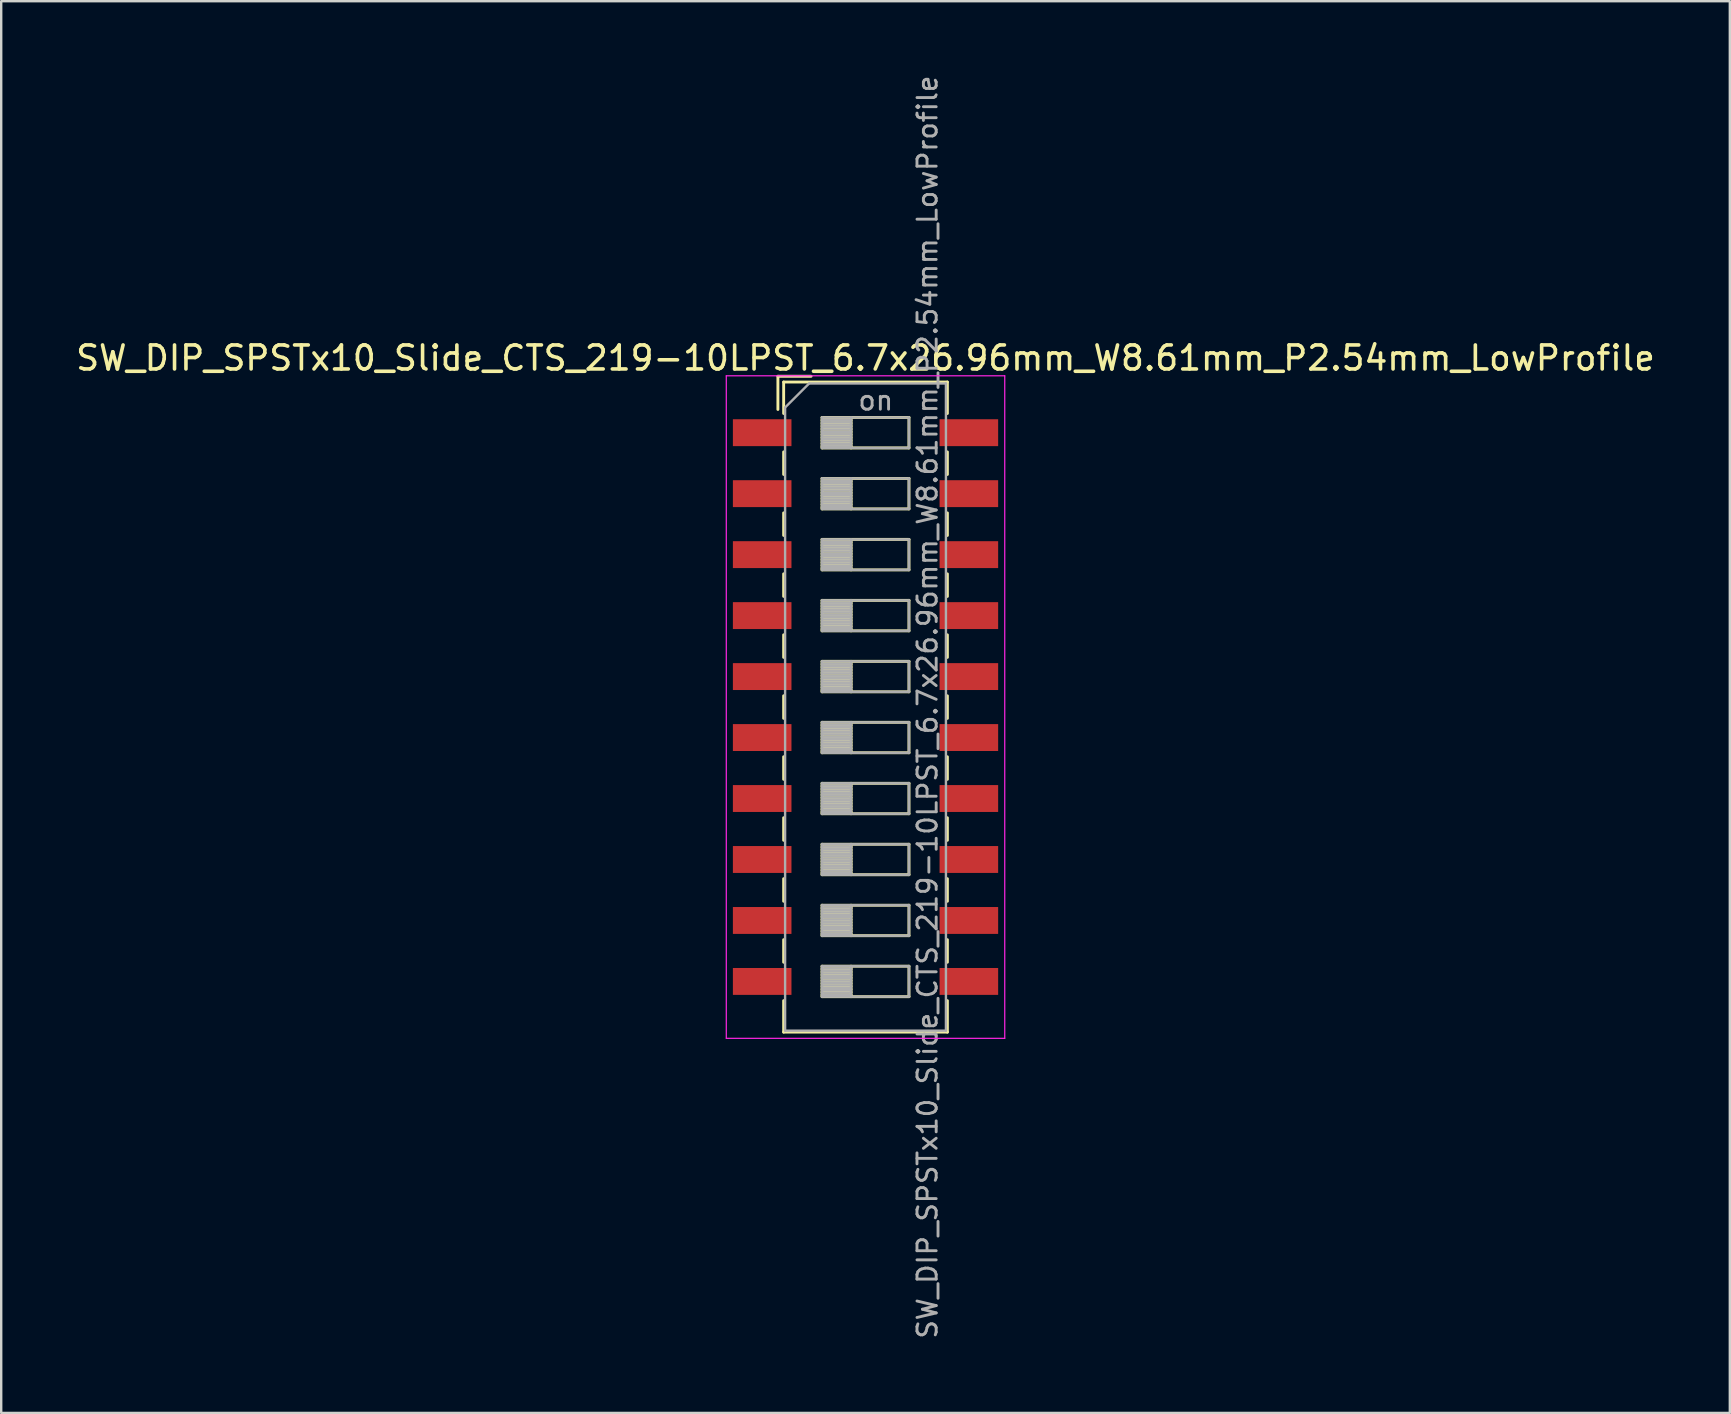
<source format=kicad_pcb>
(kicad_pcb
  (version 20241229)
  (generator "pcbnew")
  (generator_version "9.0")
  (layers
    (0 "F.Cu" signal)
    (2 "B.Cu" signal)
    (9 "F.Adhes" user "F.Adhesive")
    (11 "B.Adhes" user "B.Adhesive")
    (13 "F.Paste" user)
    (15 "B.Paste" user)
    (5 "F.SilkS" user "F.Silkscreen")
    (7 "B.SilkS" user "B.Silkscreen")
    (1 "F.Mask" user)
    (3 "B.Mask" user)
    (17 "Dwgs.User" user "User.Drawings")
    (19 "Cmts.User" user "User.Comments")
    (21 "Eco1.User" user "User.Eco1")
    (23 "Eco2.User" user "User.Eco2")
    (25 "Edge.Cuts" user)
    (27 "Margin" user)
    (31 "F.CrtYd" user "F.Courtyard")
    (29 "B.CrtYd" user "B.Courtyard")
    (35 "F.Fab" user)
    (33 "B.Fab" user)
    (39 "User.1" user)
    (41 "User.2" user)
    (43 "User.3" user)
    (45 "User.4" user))
  (footprint "SW_DIP_SPSTx10_Slide_CTS_219-10LPST_6.7x26.96mm_W8.61mm_P2.54mm_LowProfile"
    (layer "F.Cu")
    (at 33.006 26.405)
    (property "Reference" "SW_DIP_SPSTx10_Slide_CTS_219-10LPST_6.7x26.96mm_W8.61mm_P2.54mm_LowProfile" (at 0 -14.54 0) (layer "F.SilkS") (effects (font (size 1 1) (thickness 0.15))))
    (attr smd)
    (fp_line (start -3.65 -13.78) (end -3.65 -12.397) (stroke (width 0.12) (type solid)) (layer "F.SilkS"))
    (fp_line (start -3.65 -13.78) (end -2.267 -13.78) (stroke (width 0.12) (type solid)) (layer "F.SilkS"))
    (fp_line (start -3.41 -13.54) (end -3.41 -12.23) (stroke (width 0.12) (type solid)) (layer "F.SilkS"))
    (fp_line (start -3.41 -13.54) (end 3.41 -13.54) (stroke (width 0.12) (type solid)) (layer "F.SilkS"))
    (fp_line (start -3.41 -10.63) (end -3.41 -9.69) (stroke (width 0.12) (type solid)) (layer "F.SilkS"))
    (fp_line (start -3.41 -8.09) (end -3.41 -7.15) (stroke (width 0.12) (type solid)) (layer "F.SilkS"))
    (fp_line (start -3.41 -5.55) (end -3.41 -4.61) (stroke (width 0.12) (type solid)) (layer "F.SilkS"))
    (fp_line (start -3.41 -3.01) (end -3.41 -2.07) (stroke (width 0.12) (type solid)) (layer "F.SilkS"))
    (fp_line (start -3.41 -0.47) (end -3.41 0.47) (stroke (width 0.12) (type solid)) (layer "F.SilkS"))
    (fp_line (start -3.41 2.07) (end -3.41 3.01) (stroke (width 0.12) (type solid)) (layer "F.SilkS"))
    (fp_line (start -3.41 4.61) (end -3.41 5.55) (stroke (width 0.12) (type solid)) (layer "F.SilkS"))
    (fp_line (start -3.41 7.15) (end -3.41 8.09) (stroke (width 0.12) (type solid)) (layer "F.SilkS"))
    (fp_line (start -3.41 9.69) (end -3.41 10.63) (stroke (width 0.12) (type solid)) (layer "F.SilkS"))
    (fp_line (start -3.41 12.23) (end -3.41 13.541) (stroke (width 0.12) (type solid)) (layer "F.SilkS"))
    (fp_line (start -3.41 13.541) (end 3.41 13.541) (stroke (width 0.12) (type solid)) (layer "F.SilkS"))
    (fp_line (start -1.81 -12.065) (end -1.81 -10.795) (stroke (width 0.12) (type solid)) (layer "F.SilkS"))
    (fp_line (start -1.81 -11.945) (end -0.603 -11.945) (stroke (width 0.12) (type solid)) (layer "F.SilkS"))
    (fp_line (start -1.81 -11.825) (end -0.603 -11.825) (stroke (width 0.12) (type solid)) (layer "F.SilkS"))
    (fp_line (start -1.81 -11.705) (end -0.603 -11.705) (stroke (width 0.12) (type solid)) (layer "F.SilkS"))
    (fp_line (start -1.81 -11.585) (end -0.603 -11.585) (stroke (width 0.12) (type solid)) (layer "F.SilkS"))
    (fp_line (start -1.81 -11.465) (end -0.603 -11.465) (stroke (width 0.12) (type solid)) (layer "F.SilkS"))
    (fp_line (start -1.81 -11.345) (end -0.603 -11.345) (stroke (width 0.12) (type solid)) (layer "F.SilkS"))
    (fp_line (start -1.81 -11.225) (end -0.603 -11.225) (stroke (width 0.12) (type solid)) (layer "F.SilkS"))
    (fp_line (start -1.81 -11.105) (end -0.603 -11.105) (stroke (width 0.12) (type solid)) (layer "F.SilkS"))
    (fp_line (start -1.81 -10.985) (end -0.603 -10.985) (stroke (width 0.12) (type solid)) (layer "F.SilkS"))
    (fp_line (start -1.81 -10.865) (end -0.603 -10.865) (stroke (width 0.12) (type solid)) (layer "F.SilkS"))
    (fp_line (start -1.81 -10.795) (end 1.81 -10.795) (stroke (width 0.12) (type solid)) (layer "F.SilkS"))
    (fp_line (start -1.81 -9.525) (end -1.81 -8.255) (stroke (width 0.12) (type solid)) (layer "F.SilkS"))
    (fp_line (start -1.81 -9.405) (end -0.603 -9.405) (stroke (width 0.12) (type solid)) (layer "F.SilkS"))
    (fp_line (start -1.81 -9.285) (end -0.603 -9.285) (stroke (width 0.12) (type solid)) (layer "F.SilkS"))
    (fp_line (start -1.81 -9.165) (end -0.603 -9.165) (stroke (width 0.12) (type solid)) (layer "F.SilkS"))
    (fp_line (start -1.81 -9.045) (end -0.603 -9.045) (stroke (width 0.12) (type solid)) (layer "F.SilkS"))
    (fp_line (start -1.81 -8.925) (end -0.603 -8.925) (stroke (width 0.12) (type solid)) (layer "F.SilkS"))
    (fp_line (start -1.81 -8.805) (end -0.603 -8.805) (stroke (width 0.12) (type solid)) (layer "F.SilkS"))
    (fp_line (start -1.81 -8.685) (end -0.603 -8.685) (stroke (width 0.12) (type solid)) (layer "F.SilkS"))
    (fp_line (start -1.81 -8.565) (end -0.603 -8.565) (stroke (width 0.12) (type solid)) (layer "F.SilkS"))
    (fp_line (start -1.81 -8.445) (end -0.603 -8.445) (stroke (width 0.12) (type solid)) (layer "F.SilkS"))
    (fp_line (start -1.81 -8.325) (end -0.603 -8.325) (stroke (width 0.12) (type solid)) (layer "F.SilkS"))
    (fp_line (start -1.81 -8.255) (end 1.81 -8.255) (stroke (width 0.12) (type solid)) (layer "F.SilkS"))
    (fp_line (start -1.81 -6.985) (end -1.81 -5.715) (stroke (width 0.12) (type solid)) (layer "F.SilkS"))
    (fp_line (start -1.81 -6.865) (end -0.603 -6.865) (stroke (width 0.12) (type solid)) (layer "F.SilkS"))
    (fp_line (start -1.81 -6.745) (end -0.603 -6.745) (stroke (width 0.12) (type solid)) (layer "F.SilkS"))
    (fp_line (start -1.81 -6.625) (end -0.603 -6.625) (stroke (width 0.12) (type solid)) (layer "F.SilkS"))
    (fp_line (start -1.81 -6.505) (end -0.603 -6.505) (stroke (width 0.12) (type solid)) (layer "F.SilkS"))
    (fp_line (start -1.81 -6.385) (end -0.603 -6.385) (stroke (width 0.12) (type solid)) (layer "F.SilkS"))
    (fp_line (start -1.81 -6.265) (end -0.603 -6.265) (stroke (width 0.12) (type solid)) (layer "F.SilkS"))
    (fp_line (start -1.81 -6.145) (end -0.603 -6.145) (stroke (width 0.12) (type solid)) (layer "F.SilkS"))
    (fp_line (start -1.81 -6.025) (end -0.603 -6.025) (stroke (width 0.12) (type solid)) (layer "F.SilkS"))
    (fp_line (start -1.81 -5.905) (end -0.603 -5.905) (stroke (width 0.12) (type solid)) (layer "F.SilkS"))
    (fp_line (start -1.81 -5.785) (end -0.603 -5.785) (stroke (width 0.12) (type solid)) (layer "F.SilkS"))
    (fp_line (start -1.81 -5.715) (end 1.81 -5.715) (stroke (width 0.12) (type solid)) (layer "F.SilkS"))
    (fp_line (start -1.81 -4.445) (end -1.81 -3.175) (stroke (width 0.12) (type solid)) (layer "F.SilkS"))
    (fp_line (start -1.81 -4.325) (end -0.603 -4.325) (stroke (width 0.12) (type solid)) (layer "F.SilkS"))
    (fp_line (start -1.81 -4.205) (end -0.603 -4.205) (stroke (width 0.12) (type solid)) (layer "F.SilkS"))
    (fp_line (start -1.81 -4.085) (end -0.603 -4.085) (stroke (width 0.12) (type solid)) (layer "F.SilkS"))
    (fp_line (start -1.81 -3.965) (end -0.603 -3.965) (stroke (width 0.12) (type solid)) (layer "F.SilkS"))
    (fp_line (start -1.81 -3.845) (end -0.603 -3.845) (stroke (width 0.12) (type solid)) (layer "F.SilkS"))
    (fp_line (start -1.81 -3.725) (end -0.603 -3.725) (stroke (width 0.12) (type solid)) (layer "F.SilkS"))
    (fp_line (start -1.81 -3.605) (end -0.603 -3.605) (stroke (width 0.12) (type solid)) (layer "F.SilkS"))
    (fp_line (start -1.81 -3.485) (end -0.603 -3.485) (stroke (width 0.12) (type solid)) (layer "F.SilkS"))
    (fp_line (start -1.81 -3.365) (end -0.603 -3.365) (stroke (width 0.12) (type solid)) (layer "F.SilkS"))
    (fp_line (start -1.81 -3.245) (end -0.603 -3.245) (stroke (width 0.12) (type solid)) (layer "F.SilkS"))
    (fp_line (start -1.81 -3.175) (end 1.81 -3.175) (stroke (width 0.12) (type solid)) (layer "F.SilkS"))
    (fp_line (start -1.81 -1.905) (end -1.81 -0.635) (stroke (width 0.12) (type solid)) (layer "F.SilkS"))
    (fp_line (start -1.81 -1.785) (end -0.603 -1.785) (stroke (width 0.12) (type solid)) (layer "F.SilkS"))
    (fp_line (start -1.81 -1.665) (end -0.603 -1.665) (stroke (width 0.12) (type solid)) (layer "F.SilkS"))
    (fp_line (start -1.81 -1.545) (end -0.603 -1.545) (stroke (width 0.12) (type solid)) (layer "F.SilkS"))
    (fp_line (start -1.81 -1.425) (end -0.603 -1.425) (stroke (width 0.12) (type solid)) (layer "F.SilkS"))
    (fp_line (start -1.81 -1.305) (end -0.603 -1.305) (stroke (width 0.12) (type solid)) (layer "F.SilkS"))
    (fp_line (start -1.81 -1.185) (end -0.603 -1.185) (stroke (width 0.12) (type solid)) (layer "F.SilkS"))
    (fp_line (start -1.81 -1.065) (end -0.603 -1.065) (stroke (width 0.12) (type solid)) (layer "F.SilkS"))
    (fp_line (start -1.81 -0.945) (end -0.603 -0.945) (stroke (width 0.12) (type solid)) (layer "F.SilkS"))
    (fp_line (start -1.81 -0.825) (end -0.603 -0.825) (stroke (width 0.12) (type solid)) (layer "F.SilkS"))
    (fp_line (start -1.81 -0.705) (end -0.603 -0.705) (stroke (width 0.12) (type solid)) (layer "F.SilkS"))
    (fp_line (start -1.81 -0.635) (end 1.81 -0.635) (stroke (width 0.12) (type solid)) (layer "F.SilkS"))
    (fp_line (start -1.81 0.635) (end -1.81 1.905) (stroke (width 0.12) (type solid)) (layer "F.SilkS"))
    (fp_line (start -1.81 0.755) (end -0.603 0.755) (stroke (width 0.12) (type solid)) (layer "F.SilkS"))
    (fp_line (start -1.81 0.875) (end -0.603 0.875) (stroke (width 0.12) (type solid)) (layer "F.SilkS"))
    (fp_line (start -1.81 0.995) (end -0.603 0.995) (stroke (width 0.12) (type solid)) (layer "F.SilkS"))
    (fp_line (start -1.81 1.115) (end -0.603 1.115) (stroke (width 0.12) (type solid)) (layer "F.SilkS"))
    (fp_line (start -1.81 1.235) (end -0.603 1.235) (stroke (width 0.12) (type solid)) (layer "F.SilkS"))
    (fp_line (start -1.81 1.355) (end -0.603 1.355) (stroke (width 0.12) (type solid)) (layer "F.SilkS"))
    (fp_line (start -1.81 1.475) (end -0.603 1.475) (stroke (width 0.12) (type solid)) (layer "F.SilkS"))
    (fp_line (start -1.81 1.595) (end -0.603 1.595) (stroke (width 0.12) (type solid)) (layer "F.SilkS"))
    (fp_line (start -1.81 1.715) (end -0.603 1.715) (stroke (width 0.12) (type solid)) (layer "F.SilkS"))
    (fp_line (start -1.81 1.835) (end -0.603 1.835) (stroke (width 0.12) (type solid)) (layer "F.SilkS"))
    (fp_line (start -1.81 1.905) (end 1.81 1.905) (stroke (width 0.12) (type solid)) (layer "F.SilkS"))
    (fp_line (start -1.81 3.175) (end -1.81 4.445) (stroke (width 0.12) (type solid)) (layer "F.SilkS"))
    (fp_line (start -1.81 3.295) (end -0.603 3.295) (stroke (width 0.12) (type solid)) (layer "F.SilkS"))
    (fp_line (start -1.81 3.415) (end -0.603 3.415) (stroke (width 0.12) (type solid)) (layer "F.SilkS"))
    (fp_line (start -1.81 3.535) (end -0.603 3.535) (stroke (width 0.12) (type solid)) (layer "F.SilkS"))
    (fp_line (start -1.81 3.655) (end -0.603 3.655) (stroke (width 0.12) (type solid)) (layer "F.SilkS"))
    (fp_line (start -1.81 3.775) (end -0.603 3.775) (stroke (width 0.12) (type solid)) (layer "F.SilkS"))
    (fp_line (start -1.81 3.895) (end -0.603 3.895) (stroke (width 0.12) (type solid)) (layer "F.SilkS"))
    (fp_line (start -1.81 4.015) (end -0.603 4.015) (stroke (width 0.12) (type solid)) (layer "F.SilkS"))
    (fp_line (start -1.81 4.135) (end -0.603 4.135) (stroke (width 0.12) (type solid)) (layer "F.SilkS"))
    (fp_line (start -1.81 4.255) (end -0.603 4.255) (stroke (width 0.12) (type solid)) (layer "F.SilkS"))
    (fp_line (start -1.81 4.375) (end -0.603 4.375) (stroke (width 0.12) (type solid)) (layer "F.SilkS"))
    (fp_line (start -1.81 4.445) (end 1.81 4.445) (stroke (width 0.12) (type solid)) (layer "F.SilkS"))
    (fp_line (start -1.81 5.715) (end -1.81 6.985) (stroke (width 0.12) (type solid)) (layer "F.SilkS"))
    (fp_line (start -1.81 5.835) (end -0.603 5.835) (stroke (width 0.12) (type solid)) (layer "F.SilkS"))
    (fp_line (start -1.81 5.955) (end -0.603 5.955) (stroke (width 0.12) (type solid)) (layer "F.SilkS"))
    (fp_line (start -1.81 6.075) (end -0.603 6.075) (stroke (width 0.12) (type solid)) (layer "F.SilkS"))
    (fp_line (start -1.81 6.195) (end -0.603 6.195) (stroke (width 0.12) (type solid)) (layer "F.SilkS"))
    (fp_line (start -1.81 6.315) (end -0.603 6.315) (stroke (width 0.12) (type solid)) (layer "F.SilkS"))
    (fp_line (start -1.81 6.435) (end -0.603 6.435) (stroke (width 0.12) (type solid)) (layer "F.SilkS"))
    (fp_line (start -1.81 6.555) (end -0.603 6.555) (stroke (width 0.12) (type solid)) (layer "F.SilkS"))
    (fp_line (start -1.81 6.675) (end -0.603 6.675) (stroke (width 0.12) (type solid)) (layer "F.SilkS"))
    (fp_line (start -1.81 6.795) (end -0.603 6.795) (stroke (width 0.12) (type solid)) (layer "F.SilkS"))
    (fp_line (start -1.81 6.915) (end -0.603 6.915) (stroke (width 0.12) (type solid)) (layer "F.SilkS"))
    (fp_line (start -1.81 6.985) (end 1.81 6.985) (stroke (width 0.12) (type solid)) (layer "F.SilkS"))
    (fp_line (start -1.81 8.255) (end -1.81 9.525) (stroke (width 0.12) (type solid)) (layer "F.SilkS"))
    (fp_line (start -1.81 8.375) (end -0.603 8.375) (stroke (width 0.12) (type solid)) (layer "F.SilkS"))
    (fp_line (start -1.81 8.495) (end -0.603 8.495) (stroke (width 0.12) (type solid)) (layer "F.SilkS"))
    (fp_line (start -1.81 8.615) (end -0.603 8.615) (stroke (width 0.12) (type solid)) (layer "F.SilkS"))
    (fp_line (start -1.81 8.735) (end -0.603 8.735) (stroke (width 0.12) (type solid)) (layer "F.SilkS"))
    (fp_line (start -1.81 8.855) (end -0.603 8.855) (stroke (width 0.12) (type solid)) (layer "F.SilkS"))
    (fp_line (start -1.81 8.975) (end -0.603 8.975) (stroke (width 0.12) (type solid)) (layer "F.SilkS"))
    (fp_line (start -1.81 9.095) (end -0.603 9.095) (stroke (width 0.12) (type solid)) (layer "F.SilkS"))
    (fp_line (start -1.81 9.215) (end -0.603 9.215) (stroke (width 0.12) (type solid)) (layer "F.SilkS"))
    (fp_line (start -1.81 9.335) (end -0.603 9.335) (stroke (width 0.12) (type solid)) (layer "F.SilkS"))
    (fp_line (start -1.81 9.455) (end -0.603 9.455) (stroke (width 0.12) (type solid)) (layer "F.SilkS"))
    (fp_line (start -1.81 9.525) (end 1.81 9.525) (stroke (width 0.12) (type solid)) (layer "F.SilkS"))
    (fp_line (start -1.81 10.795) (end -1.81 12.065) (stroke (width 0.12) (type solid)) (layer "F.SilkS"))
    (fp_line (start -1.81 10.915) (end -0.603 10.915) (stroke (width 0.12) (type solid)) (layer "F.SilkS"))
    (fp_line (start -1.81 11.035) (end -0.603 11.035) (stroke (width 0.12) (type solid)) (layer "F.SilkS"))
    (fp_line (start -1.81 11.155) (end -0.603 11.155) (stroke (width 0.12) (type solid)) (layer "F.SilkS"))
    (fp_line (start -1.81 11.275) (end -0.603 11.275) (stroke (width 0.12) (type solid)) (layer "F.SilkS"))
    (fp_line (start -1.81 11.395) (end -0.603 11.395) (stroke (width 0.12) (type solid)) (layer "F.SilkS"))
    (fp_line (start -1.81 11.515) (end -0.603 11.515) (stroke (width 0.12) (type solid)) (layer "F.SilkS"))
    (fp_line (start -1.81 11.635) (end -0.603 11.635) (stroke (width 0.12) (type solid)) (layer "F.SilkS"))
    (fp_line (start -1.81 11.755) (end -0.603 11.755) (stroke (width 0.12) (type solid)) (layer "F.SilkS"))
    (fp_line (start -1.81 11.875) (end -0.603 11.875) (stroke (width 0.12) (type solid)) (layer "F.SilkS"))
    (fp_line (start -1.81 11.995) (end -0.603 11.995) (stroke (width 0.12) (type solid)) (layer "F.SilkS"))
    (fp_line (start -1.81 12.065) (end 1.81 12.065) (stroke (width 0.12) (type solid)) (layer "F.SilkS"))
    (fp_line (start -0.603 -12.065) (end -0.603 -10.795) (stroke (width 0.12) (type solid)) (layer "F.SilkS"))
    (fp_line (start -0.603 -9.525) (end -0.603 -8.255) (stroke (width 0.12) (type solid)) (layer "F.SilkS"))
    (fp_line (start -0.603 -6.985) (end -0.603 -5.715) (stroke (width 0.12) (type solid)) (layer "F.SilkS"))
    (fp_line (start -0.603 -4.445) (end -0.603 -3.175) (stroke (width 0.12) (type solid)) (layer "F.SilkS"))
    (fp_line (start -0.603 -1.905) (end -0.603 -0.635) (stroke (width 0.12) (type solid)) (layer "F.SilkS"))
    (fp_line (start -0.603 0.635) (end -0.603 1.905) (stroke (width 0.12) (type solid)) (layer "F.SilkS"))
    (fp_line (start -0.603 3.175) (end -0.603 4.445) (stroke (width 0.12) (type solid)) (layer "F.SilkS"))
    (fp_line (start -0.603 5.715) (end -0.603 6.985) (stroke (width 0.12) (type solid)) (layer "F.SilkS"))
    (fp_line (start -0.603 8.255) (end -0.603 9.525) (stroke (width 0.12) (type solid)) (layer "F.SilkS"))
    (fp_line (start -0.603 10.795) (end -0.603 12.065) (stroke (width 0.12) (type solid)) (layer "F.SilkS"))
    (fp_line (start 1.81 -12.065) (end -1.81 -12.065) (stroke (width 0.12) (type solid)) (layer "F.SilkS"))
    (fp_line (start 1.81 -10.795) (end 1.81 -12.065) (stroke (width 0.12) (type solid)) (layer "F.SilkS"))
    (fp_line (start 1.81 -9.525) (end -1.81 -9.525) (stroke (width 0.12) (type solid)) (layer "F.SilkS"))
    (fp_line (start 1.81 -8.255) (end 1.81 -9.525) (stroke (width 0.12) (type solid)) (layer "F.SilkS"))
    (fp_line (start 1.81 -6.985) (end -1.81 -6.985) (stroke (width 0.12) (type solid)) (layer "F.SilkS"))
    (fp_line (start 1.81 -5.715) (end 1.81 -6.985) (stroke (width 0.12) (type solid)) (layer "F.SilkS"))
    (fp_line (start 1.81 -4.445) (end -1.81 -4.445) (stroke (width 0.12) (type solid)) (layer "F.SilkS"))
    (fp_line (start 1.81 -3.175) (end 1.81 -4.445) (stroke (width 0.12) (type solid)) (layer "F.SilkS"))
    (fp_line (start 1.81 -1.905) (end -1.81 -1.905) (stroke (width 0.12) (type solid)) (layer "F.SilkS"))
    (fp_line (start 1.81 -0.635) (end 1.81 -1.905) (stroke (width 0.12) (type solid)) (layer "F.SilkS"))
    (fp_line (start 1.81 0.635) (end -1.81 0.635) (stroke (width 0.12) (type solid)) (layer "F.SilkS"))
    (fp_line (start 1.81 1.905) (end 1.81 0.635) (stroke (width 0.12) (type solid)) (layer "F.SilkS"))
    (fp_line (start 1.81 3.175) (end -1.81 3.175) (stroke (width 0.12) (type solid)) (layer "F.SilkS"))
    (fp_line (start 1.81 4.445) (end 1.81 3.175) (stroke (width 0.12) (type solid)) (layer "F.SilkS"))
    (fp_line (start 1.81 5.715) (end -1.81 5.715) (stroke (width 0.12) (type solid)) (layer "F.SilkS"))
    (fp_line (start 1.81 6.985) (end 1.81 5.715) (stroke (width 0.12) (type solid)) (layer "F.SilkS"))
    (fp_line (start 1.81 8.255) (end -1.81 8.255) (stroke (width 0.12) (type solid)) (layer "F.SilkS"))
    (fp_line (start 1.81 9.525) (end 1.81 8.255) (stroke (width 0.12) (type solid)) (layer "F.SilkS"))
    (fp_line (start 1.81 10.795) (end -1.81 10.795) (stroke (width 0.12) (type solid)) (layer "F.SilkS"))
    (fp_line (start 1.81 12.065) (end 1.81 10.795) (stroke (width 0.12) (type solid)) (layer "F.SilkS"))
    (fp_line (start 3.41 -13.54) (end 3.41 -12.23) (stroke (width 0.12) (type solid)) (layer "F.SilkS"))
    (fp_line (start 3.41 -10.629) (end 3.41 -9.689) (stroke (width 0.12) (type solid)) (layer "F.SilkS"))
    (fp_line (start 3.41 -8.089) (end 3.41 -7.149) (stroke (width 0.12) (type solid)) (layer "F.SilkS"))
    (fp_line (start 3.41 -5.549) (end 3.41 -4.609) (stroke (width 0.12) (type solid)) (layer "F.SilkS"))
    (fp_line (start 3.41 -3.009) (end 3.41 -2.069) (stroke (width 0.12) (type solid)) (layer "F.SilkS"))
    (fp_line (start 3.41 -0.469) (end 3.41 0.471) (stroke (width 0.12) (type solid)) (layer "F.SilkS"))
    (fp_line (start 3.41 2.071) (end 3.41 3.011) (stroke (width 0.12) (type solid)) (layer "F.SilkS"))
    (fp_line (start 3.41 4.611) (end 3.41 5.55) (stroke (width 0.12) (type solid)) (layer "F.SilkS"))
    (fp_line (start 3.41 7.15) (end 3.41 8.09) (stroke (width 0.12) (type solid)) (layer "F.SilkS"))
    (fp_line (start 3.41 9.69) (end 3.41 10.63) (stroke (width 0.12) (type solid)) (layer "F.SilkS"))
    (fp_line (start 3.41 12.23) (end 3.41 13.541) (stroke (width 0.12) (type solid)) (layer "F.SilkS"))
    (fp_line (start -5.8 -13.8) (end -5.8 13.8) (stroke (width 0.05) (type solid)) (layer "F.CrtYd"))
    (fp_line (start -5.8 13.8) (end 5.8 13.8) (stroke (width 0.05) (type solid)) (layer "F.CrtYd"))
    (fp_line (start 5.8 -13.8) (end -5.8 -13.8) (stroke (width 0.05) (type solid)) (layer "F.CrtYd"))
    (fp_line (start 5.8 13.8) (end 5.8 -13.8) (stroke (width 0.05) (type solid)) (layer "F.CrtYd"))
    (fp_line (start -3.35 -12.48) (end -2.35 -13.48) (stroke (width 0.1) (type solid)) (layer "F.Fab"))
    (fp_line (start -3.35 13.48) (end -3.35 -12.48) (stroke (width 0.1) (type solid)) (layer "F.Fab"))
    (fp_line (start -2.35 -13.48) (end 3.35 -13.48) (stroke (width 0.1) (type solid)) (layer "F.Fab"))
    (fp_line (start -1.81 -12.065) (end -1.81 -10.795) (stroke (width 0.1) (type solid)) (layer "F.Fab"))
    (fp_line (start -1.81 -11.965) (end -0.603 -11.965) (stroke (width 0.1) (type solid)) (layer "F.Fab"))
    (fp_line (start -1.81 -11.865) (end -0.603 -11.865) (stroke (width 0.1) (type solid)) (layer "F.Fab"))
    (fp_line (start -1.81 -11.765) (end -0.603 -11.765) (stroke (width 0.1) (type solid)) (layer "F.Fab"))
    (fp_line (start -1.81 -11.665) (end -0.603 -11.665) (stroke (width 0.1) (type solid)) (layer "F.Fab"))
    (fp_line (start -1.81 -11.565) (end -0.603 -11.565) (stroke (width 0.1) (type solid)) (layer "F.Fab"))
    (fp_line (start -1.81 -11.465) (end -0.603 -11.465) (stroke (width 0.1) (type solid)) (layer "F.Fab"))
    (fp_line (start -1.81 -11.365) (end -0.603 -11.365) (stroke (width 0.1) (type solid)) (layer "F.Fab"))
    (fp_line (start -1.81 -11.265) (end -0.603 -11.265) (stroke (width 0.1) (type solid)) (layer "F.Fab"))
    (fp_line (start -1.81 -11.165) (end -0.603 -11.165) (stroke (width 0.1) (type solid)) (layer "F.Fab"))
    (fp_line (start -1.81 -11.065) (end -0.603 -11.065) (stroke (width 0.1) (type solid)) (layer "F.Fab"))
    (fp_line (start -1.81 -10.965) (end -0.603 -10.965) (stroke (width 0.1) (type solid)) (layer "F.Fab"))
    (fp_line (start -1.81 -10.865) (end -0.603 -10.865) (stroke (width 0.1) (type solid)) (layer "F.Fab"))
    (fp_line (start -1.81 -10.795) (end 1.81 -10.795) (stroke (width 0.1) (type solid)) (layer "F.Fab"))
    (fp_line (start -1.81 -9.525) (end -1.81 -8.255) (stroke (width 0.1) (type solid)) (layer "F.Fab"))
    (fp_line (start -1.81 -9.425) (end -0.603 -9.425) (stroke (width 0.1) (type solid)) (layer "F.Fab"))
    (fp_line (start -1.81 -9.325) (end -0.603 -9.325) (stroke (width 0.1) (type solid)) (layer "F.Fab"))
    (fp_line (start -1.81 -9.225) (end -0.603 -9.225) (stroke (width 0.1) (type solid)) (layer "F.Fab"))
    (fp_line (start -1.81 -9.125) (end -0.603 -9.125) (stroke (width 0.1) (type solid)) (layer "F.Fab"))
    (fp_line (start -1.81 -9.025) (end -0.603 -9.025) (stroke (width 0.1) (type solid)) (layer "F.Fab"))
    (fp_line (start -1.81 -8.925) (end -0.603 -8.925) (stroke (width 0.1) (type solid)) (layer "F.Fab"))
    (fp_line (start -1.81 -8.825) (end -0.603 -8.825) (stroke (width 0.1) (type solid)) (layer "F.Fab"))
    (fp_line (start -1.81 -8.725) (end -0.603 -8.725) (stroke (width 0.1) (type solid)) (layer "F.Fab"))
    (fp_line (start -1.81 -8.625) (end -0.603 -8.625) (stroke (width 0.1) (type solid)) (layer "F.Fab"))
    (fp_line (start -1.81 -8.525) (end -0.603 -8.525) (stroke (width 0.1) (type solid)) (layer "F.Fab"))
    (fp_line (start -1.81 -8.425) (end -0.603 -8.425) (stroke (width 0.1) (type solid)) (layer "F.Fab"))
    (fp_line (start -1.81 -8.325) (end -0.603 -8.325) (stroke (width 0.1) (type solid)) (layer "F.Fab"))
    (fp_line (start -1.81 -8.255) (end 1.81 -8.255) (stroke (width 0.1) (type solid)) (layer "F.Fab"))
    (fp_line (start -1.81 -6.985) (end -1.81 -5.715) (stroke (width 0.1) (type solid)) (layer "F.Fab"))
    (fp_line (start -1.81 -6.885) (end -0.603 -6.885) (stroke (width 0.1) (type solid)) (layer "F.Fab"))
    (fp_line (start -1.81 -6.785) (end -0.603 -6.785) (stroke (width 0.1) (type solid)) (layer "F.Fab"))
    (fp_line (start -1.81 -6.685) (end -0.603 -6.685) (stroke (width 0.1) (type solid)) (layer "F.Fab"))
    (fp_line (start -1.81 -6.585) (end -0.603 -6.585) (stroke (width 0.1) (type solid)) (layer "F.Fab"))
    (fp_line (start -1.81 -6.485) (end -0.603 -6.485) (stroke (width 0.1) (type solid)) (layer "F.Fab"))
    (fp_line (start -1.81 -6.385) (end -0.603 -6.385) (stroke (width 0.1) (type solid)) (layer "F.Fab"))
    (fp_line (start -1.81 -6.285) (end -0.603 -6.285) (stroke (width 0.1) (type solid)) (layer "F.Fab"))
    (fp_line (start -1.81 -6.185) (end -0.603 -6.185) (stroke (width 0.1) (type solid)) (layer "F.Fab"))
    (fp_line (start -1.81 -6.085) (end -0.603 -6.085) (stroke (width 0.1) (type solid)) (layer "F.Fab"))
    (fp_line (start -1.81 -5.985) (end -0.603 -5.985) (stroke (width 0.1) (type solid)) (layer "F.Fab"))
    (fp_line (start -1.81 -5.885) (end -0.603 -5.885) (stroke (width 0.1) (type solid)) (layer "F.Fab"))
    (fp_line (start -1.81 -5.785) (end -0.603 -5.785) (stroke (width 0.1) (type solid)) (layer "F.Fab"))
    (fp_line (start -1.81 -5.715) (end 1.81 -5.715) (stroke (width 0.1) (type solid)) (layer "F.Fab"))
    (fp_line (start -1.81 -4.445) (end -1.81 -3.175) (stroke (width 0.1) (type solid)) (layer "F.Fab"))
    (fp_line (start -1.81 -4.345) (end -0.603 -4.345) (stroke (width 0.1) (type solid)) (layer "F.Fab"))
    (fp_line (start -1.81 -4.245) (end -0.603 -4.245) (stroke (width 0.1) (type solid)) (layer "F.Fab"))
    (fp_line (start -1.81 -4.145) (end -0.603 -4.145) (stroke (width 0.1) (type solid)) (layer "F.Fab"))
    (fp_line (start -1.81 -4.045) (end -0.603 -4.045) (stroke (width 0.1) (type solid)) (layer "F.Fab"))
    (fp_line (start -1.81 -3.945) (end -0.603 -3.945) (stroke (width 0.1) (type solid)) (layer "F.Fab"))
    (fp_line (start -1.81 -3.845) (end -0.603 -3.845) (stroke (width 0.1) (type solid)) (layer "F.Fab"))
    (fp_line (start -1.81 -3.745) (end -0.603 -3.745) (stroke (width 0.1) (type solid)) (layer "F.Fab"))
    (fp_line (start -1.81 -3.645) (end -0.603 -3.645) (stroke (width 0.1) (type solid)) (layer "F.Fab"))
    (fp_line (start -1.81 -3.545) (end -0.603 -3.545) (stroke (width 0.1) (type solid)) (layer "F.Fab"))
    (fp_line (start -1.81 -3.445) (end -0.603 -3.445) (stroke (width 0.1) (type solid)) (layer "F.Fab"))
    (fp_line (start -1.81 -3.345) (end -0.603 -3.345) (stroke (width 0.1) (type solid)) (layer "F.Fab"))
    (fp_line (start -1.81 -3.245) (end -0.603 -3.245) (stroke (width 0.1) (type solid)) (layer "F.Fab"))
    (fp_line (start -1.81 -3.175) (end 1.81 -3.175) (stroke (width 0.1) (type solid)) (layer "F.Fab"))
    (fp_line (start -1.81 -1.905) (end -1.81 -0.635) (stroke (width 0.1) (type solid)) (layer "F.Fab"))
    (fp_line (start -1.81 -1.805) (end -0.603 -1.805) (stroke (width 0.1) (type solid)) (layer "F.Fab"))
    (fp_line (start -1.81 -1.705) (end -0.603 -1.705) (stroke (width 0.1) (type solid)) (layer "F.Fab"))
    (fp_line (start -1.81 -1.605) (end -0.603 -1.605) (stroke (width 0.1) (type solid)) (layer "F.Fab"))
    (fp_line (start -1.81 -1.505) (end -0.603 -1.505) (stroke (width 0.1) (type solid)) (layer "F.Fab"))
    (fp_line (start -1.81 -1.405) (end -0.603 -1.405) (stroke (width 0.1) (type solid)) (layer "F.Fab"))
    (fp_line (start -1.81 -1.305) (end -0.603 -1.305) (stroke (width 0.1) (type solid)) (layer "F.Fab"))
    (fp_line (start -1.81 -1.205) (end -0.603 -1.205) (stroke (width 0.1) (type solid)) (layer "F.Fab"))
    (fp_line (start -1.81 -1.105) (end -0.603 -1.105) (stroke (width 0.1) (type solid)) (layer "F.Fab"))
    (fp_line (start -1.81 -1.005) (end -0.603 -1.005) (stroke (width 0.1) (type solid)) (layer "F.Fab"))
    (fp_line (start -1.81 -0.905) (end -0.603 -0.905) (stroke (width 0.1) (type solid)) (layer "F.Fab"))
    (fp_line (start -1.81 -0.805) (end -0.603 -0.805) (stroke (width 0.1) (type solid)) (layer "F.Fab"))
    (fp_line (start -1.81 -0.705) (end -0.603 -0.705) (stroke (width 0.1) (type solid)) (layer "F.Fab"))
    (fp_line (start -1.81 -0.635) (end 1.81 -0.635) (stroke (width 0.1) (type solid)) (layer "F.Fab"))
    (fp_line (start -1.81 0.635) (end -1.81 1.905) (stroke (width 0.1) (type solid)) (layer "F.Fab"))
    (fp_line (start -1.81 0.735) (end -0.603 0.735) (stroke (width 0.1) (type solid)) (layer "F.Fab"))
    (fp_line (start -1.81 0.835) (end -0.603 0.835) (stroke (width 0.1) (type solid)) (layer "F.Fab"))
    (fp_line (start -1.81 0.935) (end -0.603 0.935) (stroke (width 0.1) (type solid)) (layer "F.Fab"))
    (fp_line (start -1.81 1.035) (end -0.603 1.035) (stroke (width 0.1) (type solid)) (layer "F.Fab"))
    (fp_line (start -1.81 1.135) (end -0.603 1.135) (stroke (width 0.1) (type solid)) (layer "F.Fab"))
    (fp_line (start -1.81 1.235) (end -0.603 1.235) (stroke (width 0.1) (type solid)) (layer "F.Fab"))
    (fp_line (start -1.81 1.335) (end -0.603 1.335) (stroke (width 0.1) (type solid)) (layer "F.Fab"))
    (fp_line (start -1.81 1.435) (end -0.603 1.435) (stroke (width 0.1) (type solid)) (layer "F.Fab"))
    (fp_line (start -1.81 1.535) (end -0.603 1.535) (stroke (width 0.1) (type solid)) (layer "F.Fab"))
    (fp_line (start -1.81 1.635) (end -0.603 1.635) (stroke (width 0.1) (type solid)) (layer "F.Fab"))
    (fp_line (start -1.81 1.735) (end -0.603 1.735) (stroke (width 0.1) (type solid)) (layer "F.Fab"))
    (fp_line (start -1.81 1.835) (end -0.603 1.835) (stroke (width 0.1) (type solid)) (layer "F.Fab"))
    (fp_line (start -1.81 1.905) (end 1.81 1.905) (stroke (width 0.1) (type solid)) (layer "F.Fab"))
    (fp_line (start -1.81 3.175) (end -1.81 4.445) (stroke (width 0.1) (type solid)) (layer "F.Fab"))
    (fp_line (start -1.81 3.275) (end -0.603 3.275) (stroke (width 0.1) (type solid)) (layer "F.Fab"))
    (fp_line (start -1.81 3.375) (end -0.603 3.375) (stroke (width 0.1) (type solid)) (layer "F.Fab"))
    (fp_line (start -1.81 3.475) (end -0.603 3.475) (stroke (width 0.1) (type solid)) (layer "F.Fab"))
    (fp_line (start -1.81 3.575) (end -0.603 3.575) (stroke (width 0.1) (type solid)) (layer "F.Fab"))
    (fp_line (start -1.81 3.675) (end -0.603 3.675) (stroke (width 0.1) (type solid)) (layer "F.Fab"))
    (fp_line (start -1.81 3.775) (end -0.603 3.775) (stroke (width 0.1) (type solid)) (layer "F.Fab"))
    (fp_line (start -1.81 3.875) (end -0.603 3.875) (stroke (width 0.1) (type solid)) (layer "F.Fab"))
    (fp_line (start -1.81 3.975) (end -0.603 3.975) (stroke (width 0.1) (type solid)) (layer "F.Fab"))
    (fp_line (start -1.81 4.075) (end -0.603 4.075) (stroke (width 0.1) (type solid)) (layer "F.Fab"))
    (fp_line (start -1.81 4.175) (end -0.603 4.175) (stroke (width 0.1) (type solid)) (layer "F.Fab"))
    (fp_line (start -1.81 4.275) (end -0.603 4.275) (stroke (width 0.1) (type solid)) (layer "F.Fab"))
    (fp_line (start -1.81 4.375) (end -0.603 4.375) (stroke (width 0.1) (type solid)) (layer "F.Fab"))
    (fp_line (start -1.81 4.445) (end 1.81 4.445) (stroke (width 0.1) (type solid)) (layer "F.Fab"))
    (fp_line (start -1.81 5.715) (end -1.81 6.985) (stroke (width 0.1) (type solid)) (layer "F.Fab"))
    (fp_line (start -1.81 5.815) (end -0.603 5.815) (stroke (width 0.1) (type solid)) (layer "F.Fab"))
    (fp_line (start -1.81 5.915) (end -0.603 5.915) (stroke (width 0.1) (type solid)) (layer "F.Fab"))
    (fp_line (start -1.81 6.015) (end -0.603 6.015) (stroke (width 0.1) (type solid)) (layer "F.Fab"))
    (fp_line (start -1.81 6.115) (end -0.603 6.115) (stroke (width 0.1) (type solid)) (layer "F.Fab"))
    (fp_line (start -1.81 6.215) (end -0.603 6.215) (stroke (width 0.1) (type solid)) (layer "F.Fab"))
    (fp_line (start -1.81 6.315) (end -0.603 6.315) (stroke (width 0.1) (type solid)) (layer "F.Fab"))
    (fp_line (start -1.81 6.415) (end -0.603 6.415) (stroke (width 0.1) (type solid)) (layer "F.Fab"))
    (fp_line (start -1.81 6.515) (end -0.603 6.515) (stroke (width 0.1) (type solid)) (layer "F.Fab"))
    (fp_line (start -1.81 6.615) (end -0.603 6.615) (stroke (width 0.1) (type solid)) (layer "F.Fab"))
    (fp_line (start -1.81 6.715) (end -0.603 6.715) (stroke (width 0.1) (type solid)) (layer "F.Fab"))
    (fp_line (start -1.81 6.815) (end -0.603 6.815) (stroke (width 0.1) (type solid)) (layer "F.Fab"))
    (fp_line (start -1.81 6.915) (end -0.603 6.915) (stroke (width 0.1) (type solid)) (layer "F.Fab"))
    (fp_line (start -1.81 6.985) (end 1.81 6.985) (stroke (width 0.1) (type solid)) (layer "F.Fab"))
    (fp_line (start -1.81 8.255) (end -1.81 9.525) (stroke (width 0.1) (type solid)) (layer "F.Fab"))
    (fp_line (start -1.81 8.355) (end -0.603 8.355) (stroke (width 0.1) (type solid)) (layer "F.Fab"))
    (fp_line (start -1.81 8.455) (end -0.603 8.455) (stroke (width 0.1) (type solid)) (layer "F.Fab"))
    (fp_line (start -1.81 8.555) (end -0.603 8.555) (stroke (width 0.1) (type solid)) (layer "F.Fab"))
    (fp_line (start -1.81 8.655) (end -0.603 8.655) (stroke (width 0.1) (type solid)) (layer "F.Fab"))
    (fp_line (start -1.81 8.755) (end -0.603 8.755) (stroke (width 0.1) (type solid)) (layer "F.Fab"))
    (fp_line (start -1.81 8.855) (end -0.603 8.855) (stroke (width 0.1) (type solid)) (layer "F.Fab"))
    (fp_line (start -1.81 8.955) (end -0.603 8.955) (stroke (width 0.1) (type solid)) (layer "F.Fab"))
    (fp_line (start -1.81 9.055) (end -0.603 9.055) (stroke (width 0.1) (type solid)) (layer "F.Fab"))
    (fp_line (start -1.81 9.155) (end -0.603 9.155) (stroke (width 0.1) (type solid)) (layer "F.Fab"))
    (fp_line (start -1.81 9.255) (end -0.603 9.255) (stroke (width 0.1) (type solid)) (layer "F.Fab"))
    (fp_line (start -1.81 9.355) (end -0.603 9.355) (stroke (width 0.1) (type solid)) (layer "F.Fab"))
    (fp_line (start -1.81 9.455) (end -0.603 9.455) (stroke (width 0.1) (type solid)) (layer "F.Fab"))
    (fp_line (start -1.81 9.525) (end 1.81 9.525) (stroke (width 0.1) (type solid)) (layer "F.Fab"))
    (fp_line (start -1.81 10.795) (end -1.81 12.065) (stroke (width 0.1) (type solid)) (layer "F.Fab"))
    (fp_line (start -1.81 10.895) (end -0.603 10.895) (stroke (width 0.1) (type solid)) (layer "F.Fab"))
    (fp_line (start -1.81 10.995) (end -0.603 10.995) (stroke (width 0.1) (type solid)) (layer "F.Fab"))
    (fp_line (start -1.81 11.095) (end -0.603 11.095) (stroke (width 0.1) (type solid)) (layer "F.Fab"))
    (fp_line (start -1.81 11.195) (end -0.603 11.195) (stroke (width 0.1) (type solid)) (layer "F.Fab"))
    (fp_line (start -1.81 11.295) (end -0.603 11.295) (stroke (width 0.1) (type solid)) (layer "F.Fab"))
    (fp_line (start -1.81 11.395) (end -0.603 11.395) (stroke (width 0.1) (type solid)) (layer "F.Fab"))
    (fp_line (start -1.81 11.495) (end -0.603 11.495) (stroke (width 0.1) (type solid)) (layer "F.Fab"))
    (fp_line (start -1.81 11.595) (end -0.603 11.595) (stroke (width 0.1) (type solid)) (layer "F.Fab"))
    (fp_line (start -1.81 11.695) (end -0.603 11.695) (stroke (width 0.1) (type solid)) (layer "F.Fab"))
    (fp_line (start -1.81 11.795) (end -0.603 11.795) (stroke (width 0.1) (type solid)) (layer "F.Fab"))
    (fp_line (start -1.81 11.895) (end -0.603 11.895) (stroke (width 0.1) (type solid)) (layer "F.Fab"))
    (fp_line (start -1.81 11.995) (end -0.603 11.995) (stroke (width 0.1) (type solid)) (layer "F.Fab"))
    (fp_line (start -1.81 12.065) (end 1.81 12.065) (stroke (width 0.1) (type solid)) (layer "F.Fab"))
    (fp_line (start -0.603 -12.065) (end -0.603 -10.795) (stroke (width 0.1) (type solid)) (layer "F.Fab"))
    (fp_line (start -0.603 -9.525) (end -0.603 -8.255) (stroke (width 0.1) (type solid)) (layer "F.Fab"))
    (fp_line (start -0.603 -6.985) (end -0.603 -5.715) (stroke (width 0.1) (type solid)) (layer "F.Fab"))
    (fp_line (start -0.603 -4.445) (end -0.603 -3.175) (stroke (width 0.1) (type solid)) (layer "F.Fab"))
    (fp_line (start -0.603 -1.905) (end -0.603 -0.635) (stroke (width 0.1) (type solid)) (layer "F.Fab"))
    (fp_line (start -0.603 0.635) (end -0.603 1.905) (stroke (width 0.1) (type solid)) (layer "F.Fab"))
    (fp_line (start -0.603 3.175) (end -0.603 4.445) (stroke (width 0.1) (type solid)) (layer "F.Fab"))
    (fp_line (start -0.603 5.715) (end -0.603 6.985) (stroke (width 0.1) (type solid)) (layer "F.Fab"))
    (fp_line (start -0.603 8.255) (end -0.603 9.525) (stroke (width 0.1) (type solid)) (layer "F.Fab"))
    (fp_line (start -0.603 10.795) (end -0.603 12.065) (stroke (width 0.1) (type solid)) (layer "F.Fab"))
    (fp_line (start 1.81 -12.065) (end -1.81 -12.065) (stroke (width 0.1) (type solid)) (layer "F.Fab"))
    (fp_line (start 1.81 -10.795) (end 1.81 -12.065) (stroke (width 0.1) (type solid)) (layer "F.Fab"))
    (fp_line (start 1.81 -9.525) (end -1.81 -9.525) (stroke (width 0.1) (type solid)) (layer "F.Fab"))
    (fp_line (start 1.81 -8.255) (end 1.81 -9.525) (stroke (width 0.1) (type solid)) (layer "F.Fab"))
    (fp_line (start 1.81 -6.985) (end -1.81 -6.985) (stroke (width 0.1) (type solid)) (layer "F.Fab"))
    (fp_line (start 1.81 -5.715) (end 1.81 -6.985) (stroke (width 0.1) (type solid)) (layer "F.Fab"))
    (fp_line (start 1.81 -4.445) (end -1.81 -4.445) (stroke (width 0.1) (type solid)) (layer "F.Fab"))
    (fp_line (start 1.81 -3.175) (end 1.81 -4.445) (stroke (width 0.1) (type solid)) (layer "F.Fab"))
    (fp_line (start 1.81 -1.905) (end -1.81 -1.905) (stroke (width 0.1) (type solid)) (layer "F.Fab"))
    (fp_line (start 1.81 -0.635) (end 1.81 -1.905) (stroke (width 0.1) (type solid)) (layer "F.Fab"))
    (fp_line (start 1.81 0.635) (end -1.81 0.635) (stroke (width 0.1) (type solid)) (layer "F.Fab"))
    (fp_line (start 1.81 1.905) (end 1.81 0.635) (stroke (width 0.1) (type solid)) (layer "F.Fab"))
    (fp_line (start 1.81 3.175) (end -1.81 3.175) (stroke (width 0.1) (type solid)) (layer "F.Fab"))
    (fp_line (start 1.81 4.445) (end 1.81 3.175) (stroke (width 0.1) (type solid)) (layer "F.Fab"))
    (fp_line (start 1.81 5.715) (end -1.81 5.715) (stroke (width 0.1) (type solid)) (layer "F.Fab"))
    (fp_line (start 1.81 6.985) (end 1.81 5.715) (stroke (width 0.1) (type solid)) (layer "F.Fab"))
    (fp_line (start 1.81 8.255) (end -1.81 8.255) (stroke (width 0.1) (type solid)) (layer "F.Fab"))
    (fp_line (start 1.81 9.525) (end 1.81 8.255) (stroke (width 0.1) (type solid)) (layer "F.Fab"))
    (fp_line (start 1.81 10.795) (end -1.81 10.795) (stroke (width 0.1) (type solid)) (layer "F.Fab"))
    (fp_line (start 1.81 12.065) (end 1.81 10.795) (stroke (width 0.1) (type solid)) (layer "F.Fab"))
    (fp_line (start 3.35 -13.48) (end 3.35 13.48) (stroke (width 0.1) (type solid)) (layer "F.Fab"))
    (fp_line (start 3.35 13.48) (end -3.35 13.48) (stroke (width 0.1) (type solid)) (layer "F.Fab"))
    (fp_text user "${REFERENCE}" (at 2.58 0 90) (layer "F.Fab") (effects (font (size 0.8 0.8) (thickness 0.12))))
    (fp_text user "on" (at 0.427 -12.773 0) (layer "F.Fab") (effects (font (size 0.8 0.8) (thickness 0.12))))
    (pad "1" smd rect (at -4.305 -11.43) (size 2.44 1.12) (layers "F.Cu" "F.Mask" "F.Paste"))
    (pad "2" smd rect (at -4.305 -8.89) (size 2.44 1.12) (layers "F.Cu" "F.Mask" "F.Paste"))
    (pad "3" smd rect (at -4.305 -6.35) (size 2.44 1.12) (layers "F.Cu" "F.Mask" "F.Paste"))
    (pad "4" smd rect (at -4.305 -3.81) (size 2.44 1.12) (layers "F.Cu" "F.Mask" "F.Paste"))
    (pad "5" smd rect (at -4.305 -1.27) (size 2.44 1.12) (layers "F.Cu" "F.Mask" "F.Paste"))
    (pad "6" smd rect (at -4.305 1.27) (size 2.44 1.12) (layers "F.Cu" "F.Mask" "F.Paste"))
    (pad "7" smd rect (at -4.305 3.81) (size 2.44 1.12) (layers "F.Cu" "F.Mask" "F.Paste"))
    (pad "8" smd rect (at -4.305 6.35) (size 2.44 1.12) (layers "F.Cu" "F.Mask" "F.Paste"))
    (pad "9" smd rect (at -4.305 8.89) (size 2.44 1.12) (layers "F.Cu" "F.Mask" "F.Paste"))
    (pad "10" smd rect (at -4.305 11.43) (size 2.44 1.12) (layers "F.Cu" "F.Mask" "F.Paste"))
    (pad "11" smd rect (at 4.305 11.43) (size 2.44 1.12) (layers "F.Cu" "F.Mask" "F.Paste"))
    (pad "12" smd rect (at 4.305 8.89) (size 2.44 1.12) (layers "F.Cu" "F.Mask" "F.Paste"))
    (pad "13" smd rect (at 4.305 6.35) (size 2.44 1.12) (layers "F.Cu" "F.Mask" "F.Paste"))
    (pad "14" smd rect (at 4.305 3.81) (size 2.44 1.12) (layers "F.Cu" "F.Mask" "F.Paste"))
    (pad "15" smd rect (at 4.305 1.27) (size 2.44 1.12) (layers "F.Cu" "F.Mask" "F.Paste"))
    (pad "16" smd rect (at 4.305 -1.27) (size 2.44 1.12) (layers "F.Cu" "F.Mask" "F.Paste"))
    (pad "17" smd rect (at 4.305 -3.81) (size 2.44 1.12) (layers "F.Cu" "F.Mask" "F.Paste"))
    (pad "18" smd rect (at 4.305 -6.35) (size 2.44 1.12) (layers "F.Cu" "F.Mask" "F.Paste"))
    (pad "19" smd rect (at 4.305 -8.89) (size 2.44 1.12) (layers "F.Cu" "F.Mask" "F.Paste"))
    (pad "20" smd rect (at 4.305 -11.43) (size 2.44 1.12) (layers "F.Cu" "F.Mask" "F.Paste")))
  (gr_rect
    (start -3 -3)
    (end 69.012 55.81)
    (stroke (width 0.1) (type default))
    (fill no)
    (layer "Edge.Cuts")))
</source>
